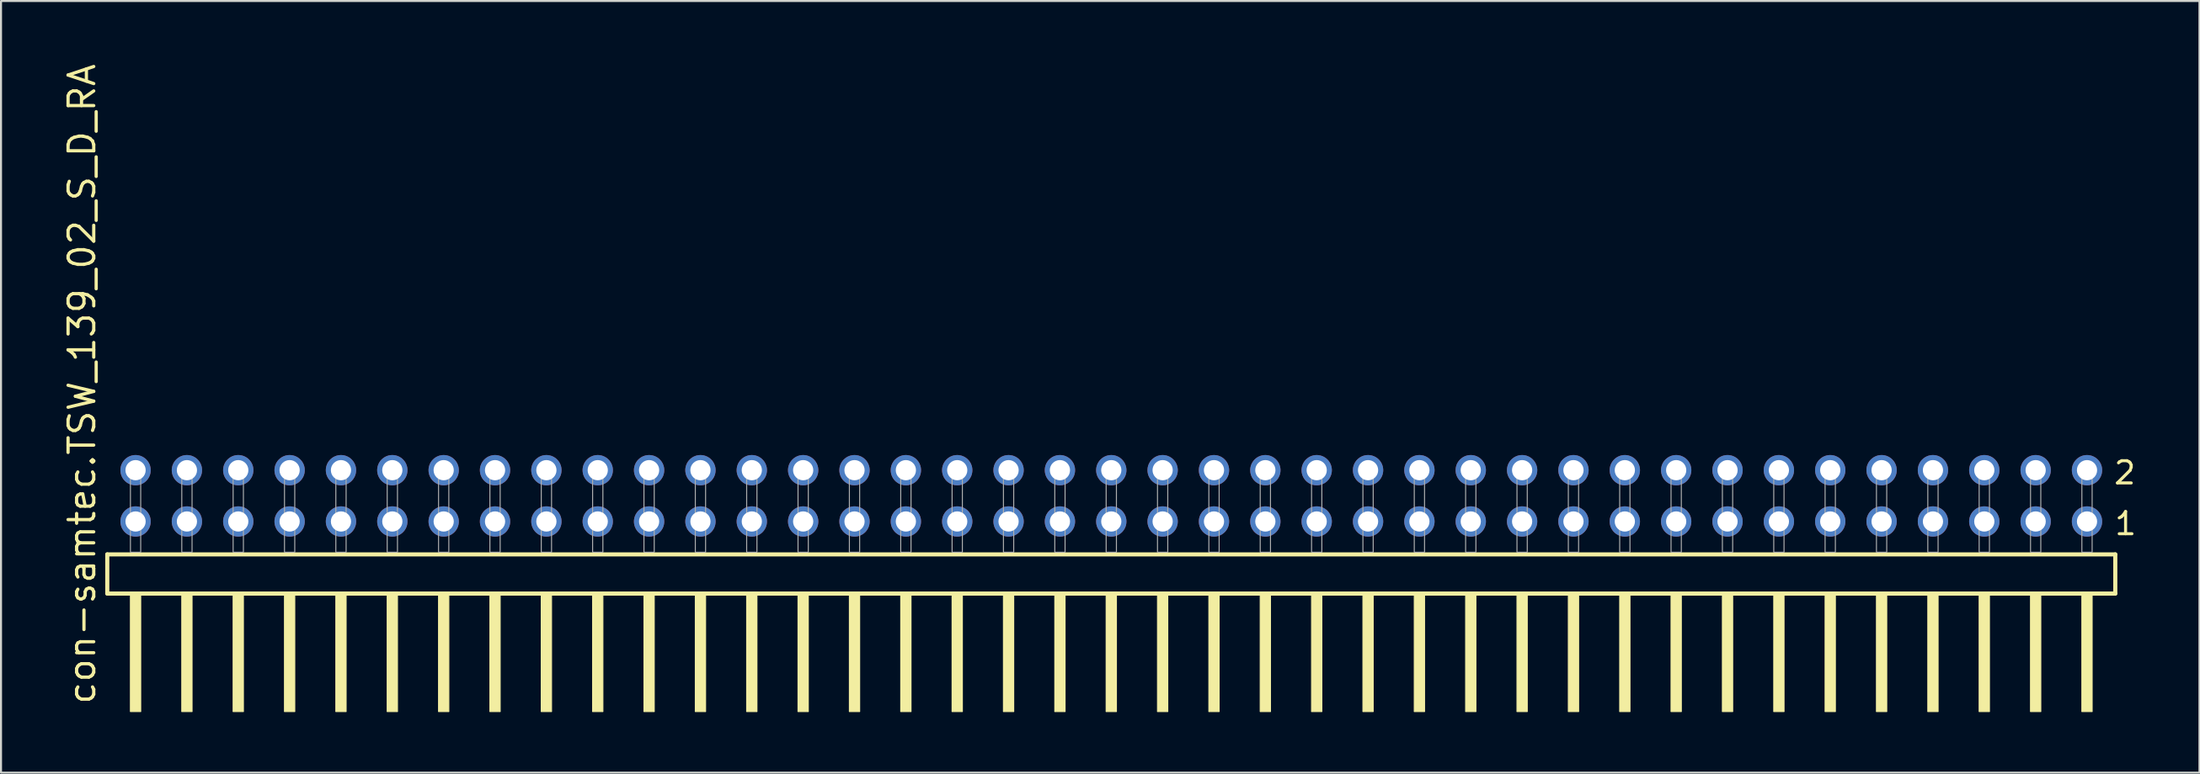
<source format=kicad_pcb>
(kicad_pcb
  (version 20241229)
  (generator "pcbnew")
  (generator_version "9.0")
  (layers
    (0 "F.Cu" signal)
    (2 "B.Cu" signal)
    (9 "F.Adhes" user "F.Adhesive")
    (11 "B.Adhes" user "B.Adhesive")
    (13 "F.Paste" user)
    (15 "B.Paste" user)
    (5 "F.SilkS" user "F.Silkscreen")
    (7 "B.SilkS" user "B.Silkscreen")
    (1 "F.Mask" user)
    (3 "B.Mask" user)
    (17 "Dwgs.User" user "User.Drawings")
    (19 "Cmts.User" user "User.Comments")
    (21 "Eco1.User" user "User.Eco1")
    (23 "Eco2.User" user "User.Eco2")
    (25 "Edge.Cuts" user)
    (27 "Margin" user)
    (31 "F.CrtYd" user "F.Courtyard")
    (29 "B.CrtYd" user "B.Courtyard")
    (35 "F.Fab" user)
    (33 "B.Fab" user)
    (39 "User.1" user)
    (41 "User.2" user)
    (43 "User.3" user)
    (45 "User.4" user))
  (footprint "con-samtec.TSW_139_02_S_D_RA"
    (layer "F.Cu")
    (at 51.915 24.296)
    (property "Reference" "con-samtec.TSW_139_02_S_D_RA" (at -50.165 7.62 90) (layer "F.SilkS") (effects (font (size 1.27 1.27) (thickness 0.16)) (justify left bottom)))
    (attr through_hole)
    (fp_line (start -49.659 0.106) (end -49.659 2.046) (stroke (width 0.203) (type default)) (layer "F.SilkS"))
    (fp_line (start -49.659 2.046) (end 49.659 2.046) (stroke (width 0.203) (type default)) (layer "F.SilkS"))
    (fp_line (start 49.659 0.106) (end -49.659 0.106) (stroke (width 0.203) (type default)) (layer "F.SilkS"))
    (fp_line (start 49.659 2.046) (end 49.659 0.106) (stroke (width 0.203) (type default)) (layer "F.SilkS"))
    (fp_rect (start -48.514 7.89) (end -48.006 2.04) (stroke (width 0.05) (type default)) (fill yes) (layer "F.SilkS"))
    (fp_rect (start -45.974 7.89) (end -45.466 2.04) (stroke (width 0.05) (type default)) (fill yes) (layer "F.SilkS"))
    (fp_rect (start -43.434 7.89) (end -42.926 2.04) (stroke (width 0.05) (type default)) (fill yes) (layer "F.SilkS"))
    (fp_rect (start -40.894 7.89) (end -40.386 2.04) (stroke (width 0.05) (type default)) (fill yes) (layer "F.SilkS"))
    (fp_rect (start -38.354 7.89) (end -37.846 2.04) (stroke (width 0.05) (type default)) (fill yes) (layer "F.SilkS"))
    (fp_rect (start -35.814 7.89) (end -35.306 2.04) (stroke (width 0.05) (type default)) (fill yes) (layer "F.SilkS"))
    (fp_rect (start -33.274 7.89) (end -32.766 2.04) (stroke (width 0.05) (type default)) (fill yes) (layer "F.SilkS"))
    (fp_rect (start -30.734 7.89) (end -30.226 2.04) (stroke (width 0.05) (type default)) (fill yes) (layer "F.SilkS"))
    (fp_rect (start -28.194 7.89) (end -27.686 2.04) (stroke (width 0.05) (type default)) (fill yes) (layer "F.SilkS"))
    (fp_rect (start -25.654 7.89) (end -25.146 2.04) (stroke (width 0.05) (type default)) (fill yes) (layer "F.SilkS"))
    (fp_rect (start -23.114 7.89) (end -22.606 2.04) (stroke (width 0.05) (type default)) (fill yes) (layer "F.SilkS"))
    (fp_rect (start -20.574 7.89) (end -20.066 2.04) (stroke (width 0.05) (type default)) (fill yes) (layer "F.SilkS"))
    (fp_rect (start -18.034 7.89) (end -17.526 2.04) (stroke (width 0.05) (type default)) (fill yes) (layer "F.SilkS"))
    (fp_rect (start -15.494 7.89) (end -14.986 2.04) (stroke (width 0.05) (type default)) (fill yes) (layer "F.SilkS"))
    (fp_rect (start -12.954 7.89) (end -12.446 2.04) (stroke (width 0.05) (type default)) (fill yes) (layer "F.SilkS"))
    (fp_rect (start -10.414 7.89) (end -9.906 2.04) (stroke (width 0.05) (type default)) (fill yes) (layer "F.SilkS"))
    (fp_rect (start -7.874 7.89) (end -7.366 2.04) (stroke (width 0.05) (type default)) (fill yes) (layer "F.SilkS"))
    (fp_rect (start -5.334 7.89) (end -4.826 2.04) (stroke (width 0.05) (type default)) (fill yes) (layer "F.SilkS"))
    (fp_rect (start -2.794 7.89) (end -2.286 2.04) (stroke (width 0.05) (type default)) (fill yes) (layer "F.SilkS"))
    (fp_rect (start -0.254 7.89) (end 0.254 2.04) (stroke (width 0.05) (type default)) (fill yes) (layer "F.SilkS"))
    (fp_rect (start 2.286 7.89) (end 2.794 2.04) (stroke (width 0.05) (type default)) (fill yes) (layer "F.SilkS"))
    (fp_rect (start 4.826 7.89) (end 5.334 2.04) (stroke (width 0.05) (type default)) (fill yes) (layer "F.SilkS"))
    (fp_rect (start 7.366 7.89) (end 7.874 2.04) (stroke (width 0.05) (type default)) (fill yes) (layer "F.SilkS"))
    (fp_rect (start 9.906 7.89) (end 10.414 2.04) (stroke (width 0.05) (type default)) (fill yes) (layer "F.SilkS"))
    (fp_rect (start 12.446 7.89) (end 12.954 2.04) (stroke (width 0.05) (type default)) (fill yes) (layer "F.SilkS"))
    (fp_rect (start 14.986 7.89) (end 15.494 2.04) (stroke (width 0.05) (type default)) (fill yes) (layer "F.SilkS"))
    (fp_rect (start 17.526 7.89) (end 18.034 2.04) (stroke (width 0.05) (type default)) (fill yes) (layer "F.SilkS"))
    (fp_rect (start 20.066 7.89) (end 20.574 2.04) (stroke (width 0.05) (type default)) (fill yes) (layer "F.SilkS"))
    (fp_rect (start 22.606 7.89) (end 23.114 2.04) (stroke (width 0.05) (type default)) (fill yes) (layer "F.SilkS"))
    (fp_rect (start 25.146 7.89) (end 25.654 2.04) (stroke (width 0.05) (type default)) (fill yes) (layer "F.SilkS"))
    (fp_rect (start 27.686 7.89) (end 28.194 2.04) (stroke (width 0.05) (type default)) (fill yes) (layer "F.SilkS"))
    (fp_rect (start 30.226 7.89) (end 30.734 2.04) (stroke (width 0.05) (type default)) (fill yes) (layer "F.SilkS"))
    (fp_rect (start 32.766 7.89) (end 33.274 2.04) (stroke (width 0.05) (type default)) (fill yes) (layer "F.SilkS"))
    (fp_rect (start 35.306 7.89) (end 35.814 2.04) (stroke (width 0.05) (type default)) (fill yes) (layer "F.SilkS"))
    (fp_rect (start 37.846 7.89) (end 38.354 2.04) (stroke (width 0.05) (type default)) (fill yes) (layer "F.SilkS"))
    (fp_rect (start 40.386 7.89) (end 40.894 2.04) (stroke (width 0.05) (type default)) (fill yes) (layer "F.SilkS"))
    (fp_rect (start 42.926 7.89) (end 43.434 2.04) (stroke (width 0.05) (type default)) (fill yes) (layer "F.SilkS"))
    (fp_rect (start 45.466 7.89) (end 45.974 2.04) (stroke (width 0.05) (type default)) (fill yes) (layer "F.SilkS"))
    (fp_rect (start 48.006 7.89) (end 48.514 2.04) (stroke (width 0.05) (type default)) (fill yes) (layer "F.SilkS"))
    (fp_rect (start -48.514 0) (end -48.006 -4.318) (stroke (width 0.05) (type default)) (fill no) (layer "F.Fab"))
    (fp_rect (start -45.974 0) (end -45.466 -4.318) (stroke (width 0.05) (type default)) (fill no) (layer "F.Fab"))
    (fp_rect (start -43.434 0) (end -42.926 -4.318) (stroke (width 0.05) (type default)) (fill no) (layer "F.Fab"))
    (fp_rect (start -40.894 0) (end -40.386 -4.318) (stroke (width 0.05) (type default)) (fill no) (layer "F.Fab"))
    (fp_rect (start -38.354 0) (end -37.846 -4.318) (stroke (width 0.05) (type default)) (fill no) (layer "F.Fab"))
    (fp_rect (start -35.814 0) (end -35.306 -4.318) (stroke (width 0.05) (type default)) (fill no) (layer "F.Fab"))
    (fp_rect (start -33.274 0) (end -32.766 -4.318) (stroke (width 0.05) (type default)) (fill no) (layer "F.Fab"))
    (fp_rect (start -30.734 0) (end -30.226 -4.318) (stroke (width 0.05) (type default)) (fill no) (layer "F.Fab"))
    (fp_rect (start -28.194 0) (end -27.686 -4.318) (stroke (width 0.05) (type default)) (fill no) (layer "F.Fab"))
    (fp_rect (start -25.654 0) (end -25.146 -4.318) (stroke (width 0.05) (type default)) (fill no) (layer "F.Fab"))
    (fp_rect (start -23.114 0) (end -22.606 -4.318) (stroke (width 0.05) (type default)) (fill no) (layer "F.Fab"))
    (fp_rect (start -20.574 0) (end -20.066 -4.318) (stroke (width 0.05) (type default)) (fill no) (layer "F.Fab"))
    (fp_rect (start -18.034 0) (end -17.526 -4.318) (stroke (width 0.05) (type default)) (fill no) (layer "F.Fab"))
    (fp_rect (start -15.494 0) (end -14.986 -4.318) (stroke (width 0.05) (type default)) (fill no) (layer "F.Fab"))
    (fp_rect (start -12.954 0) (end -12.446 -4.318) (stroke (width 0.05) (type default)) (fill no) (layer "F.Fab"))
    (fp_rect (start -10.414 0) (end -9.906 -4.318) (stroke (width 0.05) (type default)) (fill no) (layer "F.Fab"))
    (fp_rect (start -7.874 0) (end -7.366 -4.318) (stroke (width 0.05) (type default)) (fill no) (layer "F.Fab"))
    (fp_rect (start -5.334 0) (end -4.826 -4.318) (stroke (width 0.05) (type default)) (fill no) (layer "F.Fab"))
    (fp_rect (start -2.794 0) (end -2.286 -4.318) (stroke (width 0.05) (type default)) (fill no) (layer "F.Fab"))
    (fp_rect (start -0.254 0) (end 0.254 -4.318) (stroke (width 0.05) (type default)) (fill no) (layer "F.Fab"))
    (fp_rect (start 2.286 0) (end 2.794 -4.318) (stroke (width 0.05) (type default)) (fill no) (layer "F.Fab"))
    (fp_rect (start 4.826 0) (end 5.334 -4.318) (stroke (width 0.05) (type default)) (fill no) (layer "F.Fab"))
    (fp_rect (start 7.366 0) (end 7.874 -4.318) (stroke (width 0.05) (type default)) (fill no) (layer "F.Fab"))
    (fp_rect (start 9.906 0) (end 10.414 -4.318) (stroke (width 0.05) (type default)) (fill no) (layer "F.Fab"))
    (fp_rect (start 12.446 0) (end 12.954 -4.318) (stroke (width 0.05) (type default)) (fill no) (layer "F.Fab"))
    (fp_rect (start 14.986 0) (end 15.494 -4.318) (stroke (width 0.05) (type default)) (fill no) (layer "F.Fab"))
    (fp_rect (start 17.526 0) (end 18.034 -4.318) (stroke (width 0.05) (type default)) (fill no) (layer "F.Fab"))
    (fp_rect (start 20.066 0) (end 20.574 -4.318) (stroke (width 0.05) (type default)) (fill no) (layer "F.Fab"))
    (fp_rect (start 22.606 0) (end 23.114 -4.318) (stroke (width 0.05) (type default)) (fill no) (layer "F.Fab"))
    (fp_rect (start 25.146 0) (end 25.654 -4.318) (stroke (width 0.05) (type default)) (fill no) (layer "F.Fab"))
    (fp_rect (start 27.686 0) (end 28.194 -4.318) (stroke (width 0.05) (type default)) (fill no) (layer "F.Fab"))
    (fp_rect (start 30.226 0) (end 30.734 -4.318) (stroke (width 0.05) (type default)) (fill no) (layer "F.Fab"))
    (fp_rect (start 32.766 0) (end 33.274 -4.318) (stroke (width 0.05) (type default)) (fill no) (layer "F.Fab"))
    (fp_rect (start 35.306 0) (end 35.814 -4.318) (stroke (width 0.05) (type default)) (fill no) (layer "F.Fab"))
    (fp_rect (start 37.846 0) (end 38.354 -4.318) (stroke (width 0.05) (type default)) (fill no) (layer "F.Fab"))
    (fp_rect (start 40.386 0) (end 40.894 -4.318) (stroke (width 0.05) (type default)) (fill no) (layer "F.Fab"))
    (fp_rect (start 42.926 0) (end 43.434 -4.318) (stroke (width 0.05) (type default)) (fill no) (layer "F.Fab"))
    (fp_rect (start 45.466 0) (end 45.974 -4.318) (stroke (width 0.05) (type default)) (fill no) (layer "F.Fab"))
    (fp_rect (start 48.006 0) (end 48.514 -4.318) (stroke (width 0.05) (type default)) (fill no) (layer "F.Fab"))
    (fp_text user "1" (at 49.545 -0.775 0) (layer "F.SilkS") (effects (font (size 1.1 1.1) (thickness 0.15)) (justify left bottom)))
    (fp_text user "2" (at 49.51 -3.29 0) (layer "F.SilkS") (effects (font (size 1.1 1.1) (thickness 0.15)) (justify left bottom)))
    (pad "1" thru_hole circle (at 48.26 -1.524 180) (size 1.5 1.5) (drill 1) (layers "*.Cu" "*.Mask"))
    (pad "2" thru_hole circle (at 48.26 -4.064 180) (size 1.5 1.5) (drill 1) (layers "*.Cu" "*.Mask"))
    (pad "3" thru_hole circle (at 45.72 -1.524 180) (size 1.5 1.5) (drill 1) (layers "*.Cu" "*.Mask"))
    (pad "4" thru_hole circle (at 45.72 -4.064 180) (size 1.5 1.5) (drill 1) (layers "*.Cu" "*.Mask"))
    (pad "5" thru_hole circle (at 43.18 -1.524 180) (size 1.5 1.5) (drill 1) (layers "*.Cu" "*.Mask"))
    (pad "6" thru_hole circle (at 43.18 -4.064 180) (size 1.5 1.5) (drill 1) (layers "*.Cu" "*.Mask"))
    (pad "7" thru_hole circle (at 40.64 -1.524 180) (size 1.5 1.5) (drill 1) (layers "*.Cu" "*.Mask"))
    (pad "8" thru_hole circle (at 40.64 -4.064 180) (size 1.5 1.5) (drill 1) (layers "*.Cu" "*.Mask"))
    (pad "9" thru_hole circle (at 38.1 -1.524 180) (size 1.5 1.5) (drill 1) (layers "*.Cu" "*.Mask"))
    (pad "10" thru_hole circle (at 38.1 -4.064 180) (size 1.5 1.5) (drill 1) (layers "*.Cu" "*.Mask"))
    (pad "11" thru_hole circle (at 35.56 -1.524 180) (size 1.5 1.5) (drill 1) (layers "*.Cu" "*.Mask"))
    (pad "12" thru_hole circle (at 35.56 -4.064 180) (size 1.5 1.5) (drill 1) (layers "*.Cu" "*.Mask"))
    (pad "13" thru_hole circle (at 33.02 -1.524 180) (size 1.5 1.5) (drill 1) (layers "*.Cu" "*.Mask"))
    (pad "14" thru_hole circle (at 33.02 -4.064 180) (size 1.5 1.5) (drill 1) (layers "*.Cu" "*.Mask"))
    (pad "15" thru_hole circle (at 30.48 -1.524 180) (size 1.5 1.5) (drill 1) (layers "*.Cu" "*.Mask"))
    (pad "16" thru_hole circle (at 30.48 -4.064 180) (size 1.5 1.5) (drill 1) (layers "*.Cu" "*.Mask"))
    (pad "17" thru_hole circle (at 27.94 -1.524 180) (size 1.5 1.5) (drill 1) (layers "*.Cu" "*.Mask"))
    (pad "18" thru_hole circle (at 27.94 -4.064 180) (size 1.5 1.5) (drill 1) (layers "*.Cu" "*.Mask"))
    (pad "19" thru_hole circle (at 25.4 -1.524 180) (size 1.5 1.5) (drill 1) (layers "*.Cu" "*.Mask"))
    (pad "20" thru_hole circle (at 25.4 -4.064 180) (size 1.5 1.5) (drill 1) (layers "*.Cu" "*.Mask"))
    (pad "21" thru_hole circle (at 22.86 -1.524 180) (size 1.5 1.5) (drill 1) (layers "*.Cu" "*.Mask"))
    (pad "22" thru_hole circle (at 22.86 -4.064 180) (size 1.5 1.5) (drill 1) (layers "*.Cu" "*.Mask"))
    (pad "23" thru_hole circle (at 20.32 -1.524 180) (size 1.5 1.5) (drill 1) (layers "*.Cu" "*.Mask"))
    (pad "24" thru_hole circle (at 20.32 -4.064 180) (size 1.5 1.5) (drill 1) (layers "*.Cu" "*.Mask"))
    (pad "25" thru_hole circle (at 17.78 -1.524 180) (size 1.5 1.5) (drill 1) (layers "*.Cu" "*.Mask"))
    (pad "26" thru_hole circle (at 17.78 -4.064 180) (size 1.5 1.5) (drill 1) (layers "*.Cu" "*.Mask"))
    (pad "27" thru_hole circle (at 15.24 -1.524 180) (size 1.5 1.5) (drill 1) (layers "*.Cu" "*.Mask"))
    (pad "28" thru_hole circle (at 15.24 -4.064 180) (size 1.5 1.5) (drill 1) (layers "*.Cu" "*.Mask"))
    (pad "29" thru_hole circle (at 12.7 -1.524 180) (size 1.5 1.5) (drill 1) (layers "*.Cu" "*.Mask"))
    (pad "30" thru_hole circle (at 12.7 -4.064 180) (size 1.5 1.5) (drill 1) (layers "*.Cu" "*.Mask"))
    (pad "31" thru_hole circle (at 10.16 -1.524 180) (size 1.5 1.5) (drill 1) (layers "*.Cu" "*.Mask"))
    (pad "32" thru_hole circle (at 10.16 -4.064 180) (size 1.5 1.5) (drill 1) (layers "*.Cu" "*.Mask"))
    (pad "33" thru_hole circle (at 7.62 -1.524 180) (size 1.5 1.5) (drill 1) (layers "*.Cu" "*.Mask"))
    (pad "34" thru_hole circle (at 7.62 -4.064 180) (size 1.5 1.5) (drill 1) (layers "*.Cu" "*.Mask"))
    (pad "35" thru_hole circle (at 5.08 -1.524 180) (size 1.5 1.5) (drill 1) (layers "*.Cu" "*.Mask"))
    (pad "36" thru_hole circle (at 5.08 -4.064 180) (size 1.5 1.5) (drill 1) (layers "*.Cu" "*.Mask"))
    (pad "37" thru_hole circle (at 2.54 -1.524 180) (size 1.5 1.5) (drill 1) (layers "*.Cu" "*.Mask"))
    (pad "38" thru_hole circle (at 2.54 -4.064 180) (size 1.5 1.5) (drill 1) (layers "*.Cu" "*.Mask"))
    (pad "39" thru_hole circle (at 0 -1.524 180) (size 1.5 1.5) (drill 1) (layers "*.Cu" "*.Mask"))
    (pad "40" thru_hole circle (at 0 -4.064 180) (size 1.5 1.5) (drill 1) (layers "*.Cu" "*.Mask"))
    (pad "41" thru_hole circle (at -2.54 -1.524 180) (size 1.5 1.5) (drill 1) (layers "*.Cu" "*.Mask"))
    (pad "42" thru_hole circle (at -2.54 -4.064 180) (size 1.5 1.5) (drill 1) (layers "*.Cu" "*.Mask"))
    (pad "43" thru_hole circle (at -5.08 -1.524 180) (size 1.5 1.5) (drill 1) (layers "*.Cu" "*.Mask"))
    (pad "44" thru_hole circle (at -5.08 -4.064 180) (size 1.5 1.5) (drill 1) (layers "*.Cu" "*.Mask"))
    (pad "45" thru_hole circle (at -7.62 -1.524 180) (size 1.5 1.5) (drill 1) (layers "*.Cu" "*.Mask"))
    (pad "46" thru_hole circle (at -7.62 -4.064 180) (size 1.5 1.5) (drill 1) (layers "*.Cu" "*.Mask"))
    (pad "47" thru_hole circle (at -10.16 -1.524 180) (size 1.5 1.5) (drill 1) (layers "*.Cu" "*.Mask"))
    (pad "48" thru_hole circle (at -10.16 -4.064 180) (size 1.5 1.5) (drill 1) (layers "*.Cu" "*.Mask"))
    (pad "49" thru_hole circle (at -12.7 -1.524 180) (size 1.5 1.5) (drill 1) (layers "*.Cu" "*.Mask"))
    (pad "50" thru_hole circle (at -12.7 -4.064 180) (size 1.5 1.5) (drill 1) (layers "*.Cu" "*.Mask"))
    (pad "51" thru_hole circle (at -15.24 -1.524 180) (size 1.5 1.5) (drill 1) (layers "*.Cu" "*.Mask"))
    (pad "52" thru_hole circle (at -15.24 -4.064 180) (size 1.5 1.5) (drill 1) (layers "*.Cu" "*.Mask"))
    (pad "53" thru_hole circle (at -17.78 -1.524 180) (size 1.5 1.5) (drill 1) (layers "*.Cu" "*.Mask"))
    (pad "54" thru_hole circle (at -17.78 -4.064 180) (size 1.5 1.5) (drill 1) (layers "*.Cu" "*.Mask"))
    (pad "55" thru_hole circle (at -20.32 -1.524 180) (size 1.5 1.5) (drill 1) (layers "*.Cu" "*.Mask"))
    (pad "56" thru_hole circle (at -20.32 -4.064 180) (size 1.5 1.5) (drill 1) (layers "*.Cu" "*.Mask"))
    (pad "57" thru_hole circle (at -22.86 -1.524 180) (size 1.5 1.5) (drill 1) (layers "*.Cu" "*.Mask"))
    (pad "58" thru_hole circle (at -22.86 -4.064 180) (size 1.5 1.5) (drill 1) (layers "*.Cu" "*.Mask"))
    (pad "59" thru_hole circle (at -25.4 -1.524 180) (size 1.5 1.5) (drill 1) (layers "*.Cu" "*.Mask"))
    (pad "60" thru_hole circle (at -25.4 -4.064 180) (size 1.5 1.5) (drill 1) (layers "*.Cu" "*.Mask"))
    (pad "61" thru_hole circle (at -27.94 -1.524 180) (size 1.5 1.5) (drill 1) (layers "*.Cu" "*.Mask"))
    (pad "62" thru_hole circle (at -27.94 -4.064 180) (size 1.5 1.5) (drill 1) (layers "*.Cu" "*.Mask"))
    (pad "63" thru_hole circle (at -30.48 -1.524 180) (size 1.5 1.5) (drill 1) (layers "*.Cu" "*.Mask"))
    (pad "64" thru_hole circle (at -30.48 -4.064 180) (size 1.5 1.5) (drill 1) (layers "*.Cu" "*.Mask"))
    (pad "65" thru_hole circle (at -33.02 -1.524 180) (size 1.5 1.5) (drill 1) (layers "*.Cu" "*.Mask"))
    (pad "66" thru_hole circle (at -33.02 -4.064 180) (size 1.5 1.5) (drill 1) (layers "*.Cu" "*.Mask"))
    (pad "67" thru_hole circle (at -35.56 -1.524 180) (size 1.5 1.5) (drill 1) (layers "*.Cu" "*.Mask"))
    (pad "68" thru_hole circle (at -35.56 -4.064 180) (size 1.5 1.5) (drill 1) (layers "*.Cu" "*.Mask"))
    (pad "69" thru_hole circle (at -38.1 -1.524 180) (size 1.5 1.5) (drill 1) (layers "*.Cu" "*.Mask"))
    (pad "70" thru_hole circle (at -38.1 -4.064 180) (size 1.5 1.5) (drill 1) (layers "*.Cu" "*.Mask"))
    (pad "71" thru_hole circle (at -40.64 -1.524 180) (size 1.5 1.5) (drill 1) (layers "*.Cu" "*.Mask"))
    (pad "72" thru_hole circle (at -40.64 -4.064 180) (size 1.5 1.5) (drill 1) (layers "*.Cu" "*.Mask"))
    (pad "73" thru_hole circle (at -43.18 -1.524 180) (size 1.5 1.5) (drill 1) (layers "*.Cu" "*.Mask"))
    (pad "74" thru_hole circle (at -43.18 -4.064 180) (size 1.5 1.5) (drill 1) (layers "*.Cu" "*.Mask"))
    (pad "75" thru_hole circle (at -45.72 -1.524 180) (size 1.5 1.5) (drill 1) (layers "*.Cu" "*.Mask"))
    (pad "76" thru_hole circle (at -45.72 -4.064 180) (size 1.5 1.5) (drill 1) (layers "*.Cu" "*.Mask"))
    (pad "77" thru_hole circle (at -48.26 -1.524 180) (size 1.5 1.5) (drill 1) (layers "*.Cu" "*.Mask"))
    (pad "78" thru_hole circle (at -48.26 -4.064 180) (size 1.5 1.5) (drill 1) (layers "*.Cu" "*.Mask")))
  (gr_rect
    (start -3 -3)
    (end 105.738 35.211)
    (stroke (width 0.1) (type default))
    (fill no)
    (layer "Edge.Cuts")))
</source>
